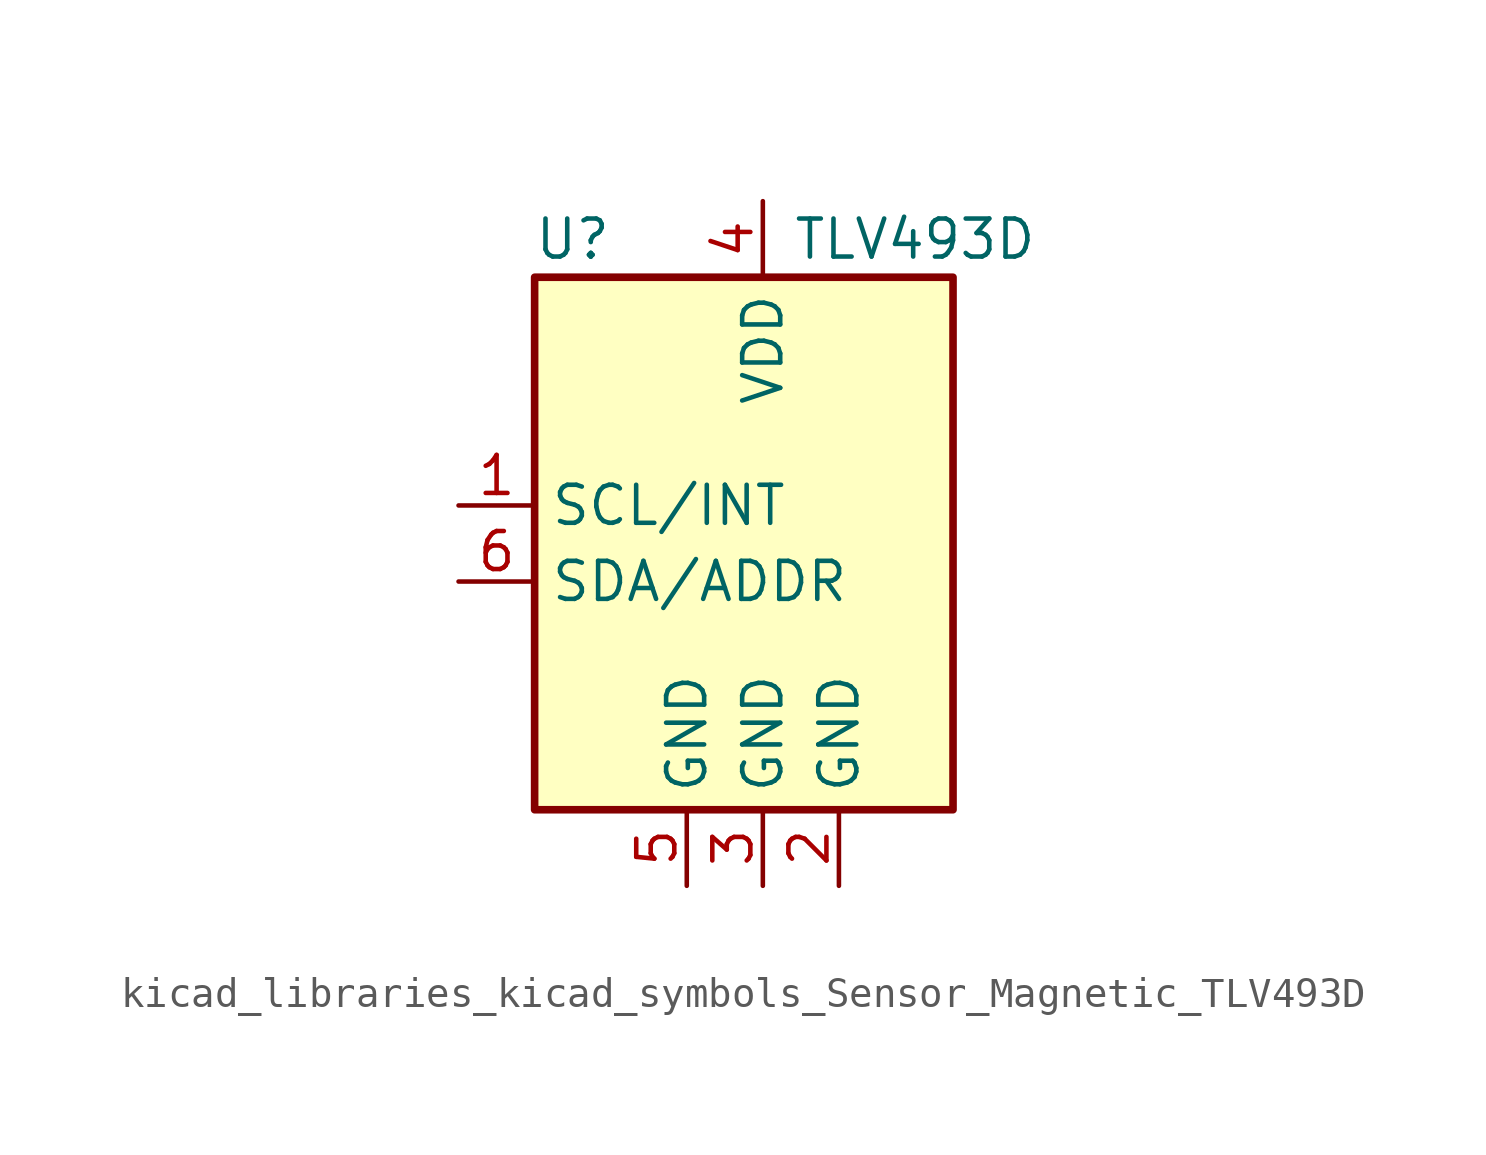
<source format=kicad_sym>
(kicad_symbol_lib
  (version 20220914)
  (generator kicad_symbol_editor)
  (symbol "kicad_libraries_kicad_symbols_Sensor_Magnetic_TLV493D"
    (property "Reference" "U"
      (at -6.35 11.43 0)
      (effects (font (size 1.27 1.27))))
    (property "Value" "TLV493D"
      (at 5.08 11.43 0)
      (effects (font (size 1.27 1.27))))
    (symbol "kicad_libraries_kicad_symbols_Sensor_Magnetic_TLV493D_0_1"
      (rectangle (start -7.62 10.16) (end 6.35 -7.62) (stroke (width 0.254) (type default)) (fill (type background))))
    (symbol "kicad_libraries_kicad_symbols_Sensor_Magnetic_TLV493D_1_1"
      (pin bidirectional line (at -10.16 2.54 0) (length 2.54) (name "SCL/INT" (effects (font (size 1.27 1.27)))) (number "1" (effects (font (size 1.27 1.27)))))
      (pin power_in line (at 2.54 -10.16 90) (length 2.54) (name "GND" (effects (font (size 1.27 1.27)))) (number "2" (effects (font (size 1.27 1.27)))))
      (pin power_in line (at 0 -10.16 90) (length 2.54) (name "GND" (effects (font (size 1.27 1.27)))) (number "3" (effects (font (size 1.27 1.27)))))
      (pin power_in line (at 0 12.7 270) (length 2.54) (name "VDD" (effects (font (size 1.27 1.27)))) (number "4" (effects (font (size 1.27 1.27)))))
      (pin power_in line (at -2.54 -10.16 90) (length 2.54) (name "GND" (effects (font (size 1.27 1.27)))) (number "5" (effects (font (size 1.27 1.27)))))
      (pin bidirectional line (at -10.16 0 0) (length 2.54) (name "SDA/ADDR" (effects (font (size 1.27 1.27)))) (number "6" (effects (font (size 1.27 1.27))))))))
</source>
